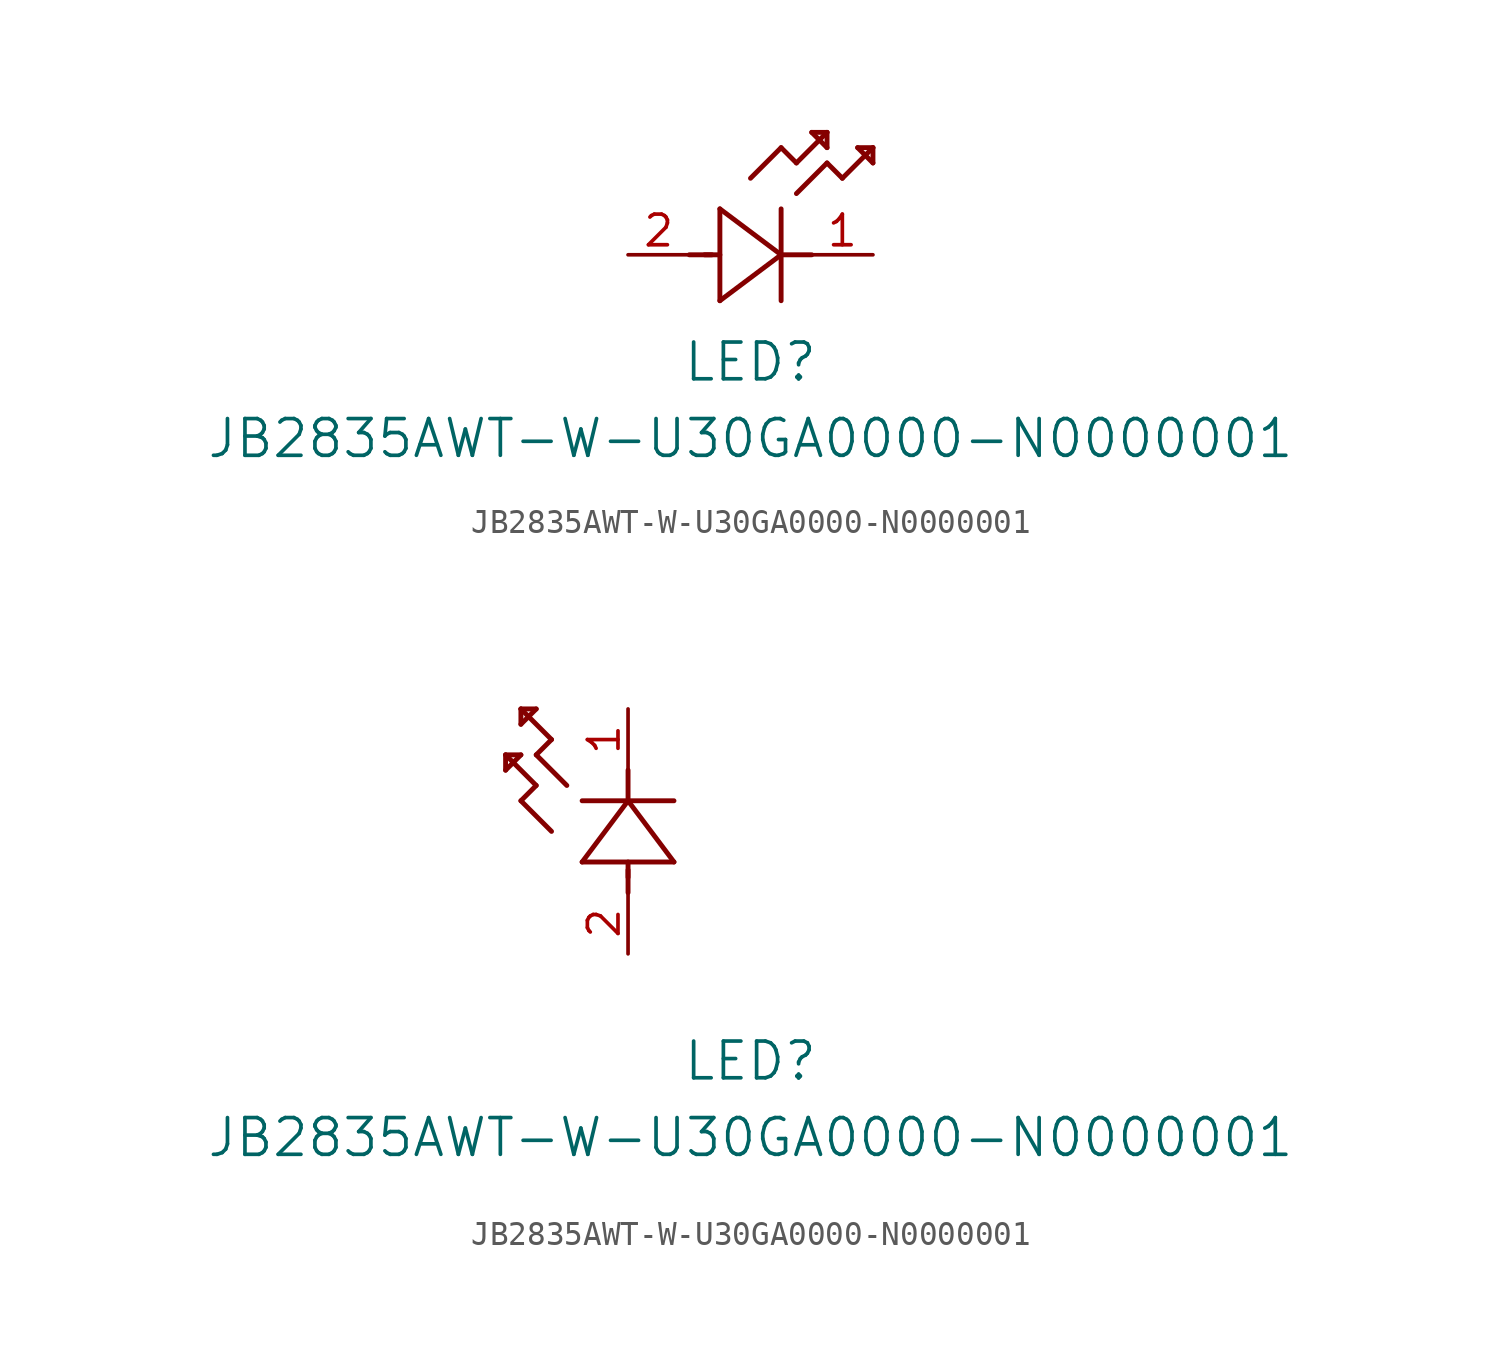
<source format=kicad_sym>
(kicad_symbol_lib
  (version 20211014)
  (generator kicad_symbol_editor)
  (symbol "JB2835AWT-W-U30GA0000-N0000001"
    (pin_names
      (offset 0.254))
    (property "Reference" "LED"
      (at 5.08 -4.445 0)
      (effects (font (size 1.524 1.524))))
    (property "Value" "JB2835AWT-W-U30GA0000-N0000001"
      (at 5.08 -7.62 0)
      (effects (font (size 1.524 1.524))))
    (symbol "JB2835AWT-W-U30GA0000-N0000001_1_1"
      (polyline (pts (xy 2.54 0) (xy 3.48 0)) (stroke (width 0.203) (type default) (color 0 0 0 0)) (fill (type none)))
      (polyline (pts (xy 3.81 1.905) (xy 3.81 -1.905)) (stroke (width 0.203) (type default) (color 0 0 0 0)) (fill (type none)))
      (polyline (pts (xy 3.175 0) (xy 3.81 0)) (stroke (width 0.203) (type default) (color 0 0 0 0)) (fill (type none)))
      (polyline (pts (xy 6.35 -1.905) (xy 6.35 1.905)) (stroke (width 0.203) (type default) (color 0 0 0 0)) (fill (type none)))
      (polyline (pts (xy 6.35 0) (xy 7.62 0)) (stroke (width 0.203) (type default) (color 0 0 0 0)) (fill (type none)))
      (polyline (pts (xy 6.35 4.445) (xy 6.985 3.81)) (stroke (width 0.203) (type default) (color 0 0 0 0)) (fill (type none)))
      (polyline (pts (xy 6.985 3.81) (xy 8.255 5.08)) (stroke (width 0.203) (type default) (color 0 0 0 0)) (fill (type none)))
      (polyline (pts (xy 8.255 3.81) (xy 8.89 3.175)) (stroke (width 0.203) (type default) (color 0 0 0 0)) (fill (type none)))
      (polyline (pts (xy 8.89 3.175) (xy 10.16 4.445)) (stroke (width 0.203) (type default) (color 0 0 0 0)) (fill (type none)))
      (polyline (pts (xy 8.255 5.08) (xy 7.62 5.08)) (stroke (width 0.203) (type default) (color 0 0 0 0)) (fill (type none)))
      (polyline (pts (xy 7.62 5.08) (xy 8.255 4.445)) (stroke (width 0.203) (type default) (color 0 0 0 0)) (fill (type none)))
      (polyline (pts (xy 8.255 4.445) (xy 8.255 5.08)) (stroke (width 0.203) (type default) (color 0 0 0 0)) (fill (type none)))
      (polyline (pts (xy 10.16 4.445) (xy 9.525 4.445)) (stroke (width 0.203) (type default) (color 0 0 0 0)) (fill (type none)))
      (polyline (pts (xy 9.525 4.445) (xy 10.16 3.81)) (stroke (width 0.203) (type default) (color 0 0 0 0)) (fill (type none)))
      (polyline (pts (xy 10.16 3.81) (xy 10.16 4.445)) (stroke (width 0.203) (type default) (color 0 0 0 0)) (fill (type none)))
      (polyline (pts (xy 6.985 2.54) (xy 8.255 3.81)) (stroke (width 0.203) (type default) (color 0 0 0 0)) (fill (type none)))
      (polyline (pts (xy 6.35 0) (xy 3.81 1.905)) (stroke (width 0.203) (type default) (color 0 0 0 0)) (fill (type none)))
      (polyline (pts (xy 3.81 -1.905) (xy 6.35 0)) (stroke (width 0.203) (type default) (color 0 0 0 0)) (fill (type none)))
      (polyline (pts (xy 5.08 3.175) (xy 6.35 4.445)) (stroke (width 0.203) (type default) (color 0 0 0 0)) (fill (type none)))
      (pin unspecified line (at 10.16 0 180) (length 2.54) (name "" (effects (font (size 1.27 1.27)))) (number "1" (effects (font (size 1.27 1.27)))))
      (pin unspecified line (at 0 0 0) (length 2.54) (name "" (effects (font (size 1.27 1.27)))) (number "2" (effects (font (size 1.27 1.27))))))
    (symbol "JB2835AWT-W-U30GA0000-N0000001_1_2"
      (polyline (pts (xy 0 2.54) (xy 0 3.48)) (stroke (width 0.203) (type default) (color 0 0 0 0)) (fill (type none)))
      (polyline (pts (xy -1.905 3.81) (xy 1.905 3.81)) (stroke (width 0.203) (type default) (color 0 0 0 0)) (fill (type none)))
      (polyline (pts (xy 0 3.175) (xy 0 3.81)) (stroke (width 0.203) (type default) (color 0 0 0 0)) (fill (type none)))
      (polyline (pts (xy 1.905 6.35) (xy -1.905 6.35)) (stroke (width 0.203) (type default) (color 0 0 0 0)) (fill (type none)))
      (polyline (pts (xy 0 6.35) (xy 0 7.62)) (stroke (width 0.203) (type default) (color 0 0 0 0)) (fill (type none)))
      (polyline (pts (xy 0 6.35) (xy -1.905 3.81)) (stroke (width 0.203) (type default) (color 0 0 0 0)) (fill (type none)))
      (polyline (pts (xy 1.905 3.81) (xy 0 6.35)) (stroke (width 0.203) (type default) (color 0 0 0 0)) (fill (type none)))
      (polyline (pts (xy -4.445 6.35) (xy -3.81 6.985)) (stroke (width 0.203) (type default) (color 0 0 0 0)) (fill (type none)))
      (polyline (pts (xy -2.54 6.985) (xy -3.81 8.255)) (stroke (width 0.203) (type default) (color 0 0 0 0)) (fill (type none)))
      (polyline (pts (xy -3.175 5.08) (xy -4.445 6.35)) (stroke (width 0.203) (type default) (color 0 0 0 0)) (fill (type none)))
      (polyline (pts (xy -4.445 10.16) (xy -4.445 9.525)) (stroke (width 0.203) (type default) (color 0 0 0 0)) (fill (type none)))
      (polyline (pts (xy -4.445 9.525) (xy -3.81 10.16)) (stroke (width 0.203) (type default) (color 0 0 0 0)) (fill (type none)))
      (polyline (pts (xy -3.81 10.16) (xy -4.445 10.16)) (stroke (width 0.203) (type default) (color 0 0 0 0)) (fill (type none)))
      (polyline (pts (xy -3.81 8.255) (xy -3.175 8.89)) (stroke (width 0.203) (type default) (color 0 0 0 0)) (fill (type none)))
      (polyline (pts (xy -3.175 8.89) (xy -4.445 10.16)) (stroke (width 0.203) (type default) (color 0 0 0 0)) (fill (type none)))
      (polyline (pts (xy -3.81 6.985) (xy -5.08 8.255)) (stroke (width 0.203) (type default) (color 0 0 0 0)) (fill (type none)))
      (polyline (pts (xy -5.08 8.255) (xy -5.08 7.62)) (stroke (width 0.203) (type default) (color 0 0 0 0)) (fill (type none)))
      (polyline (pts (xy -5.08 7.62) (xy -4.445 8.255)) (stroke (width 0.203) (type default) (color 0 0 0 0)) (fill (type none)))
      (polyline (pts (xy -4.445 8.255) (xy -5.08 8.255)) (stroke (width 0.203) (type default) (color 0 0 0 0)) (fill (type none)))
      (pin unspecified line (at 0 10.16 270) (length 2.54) (name "" (effects (font (size 1.27 1.27)))) (number "1" (effects (font (size 1.27 1.27)))))
      (pin unspecified line (at 0 0 90) (length 2.54) (name "" (effects (font (size 1.27 1.27)))) (number "2" (effects (font (size 1.27 1.27))))))))
</source>
